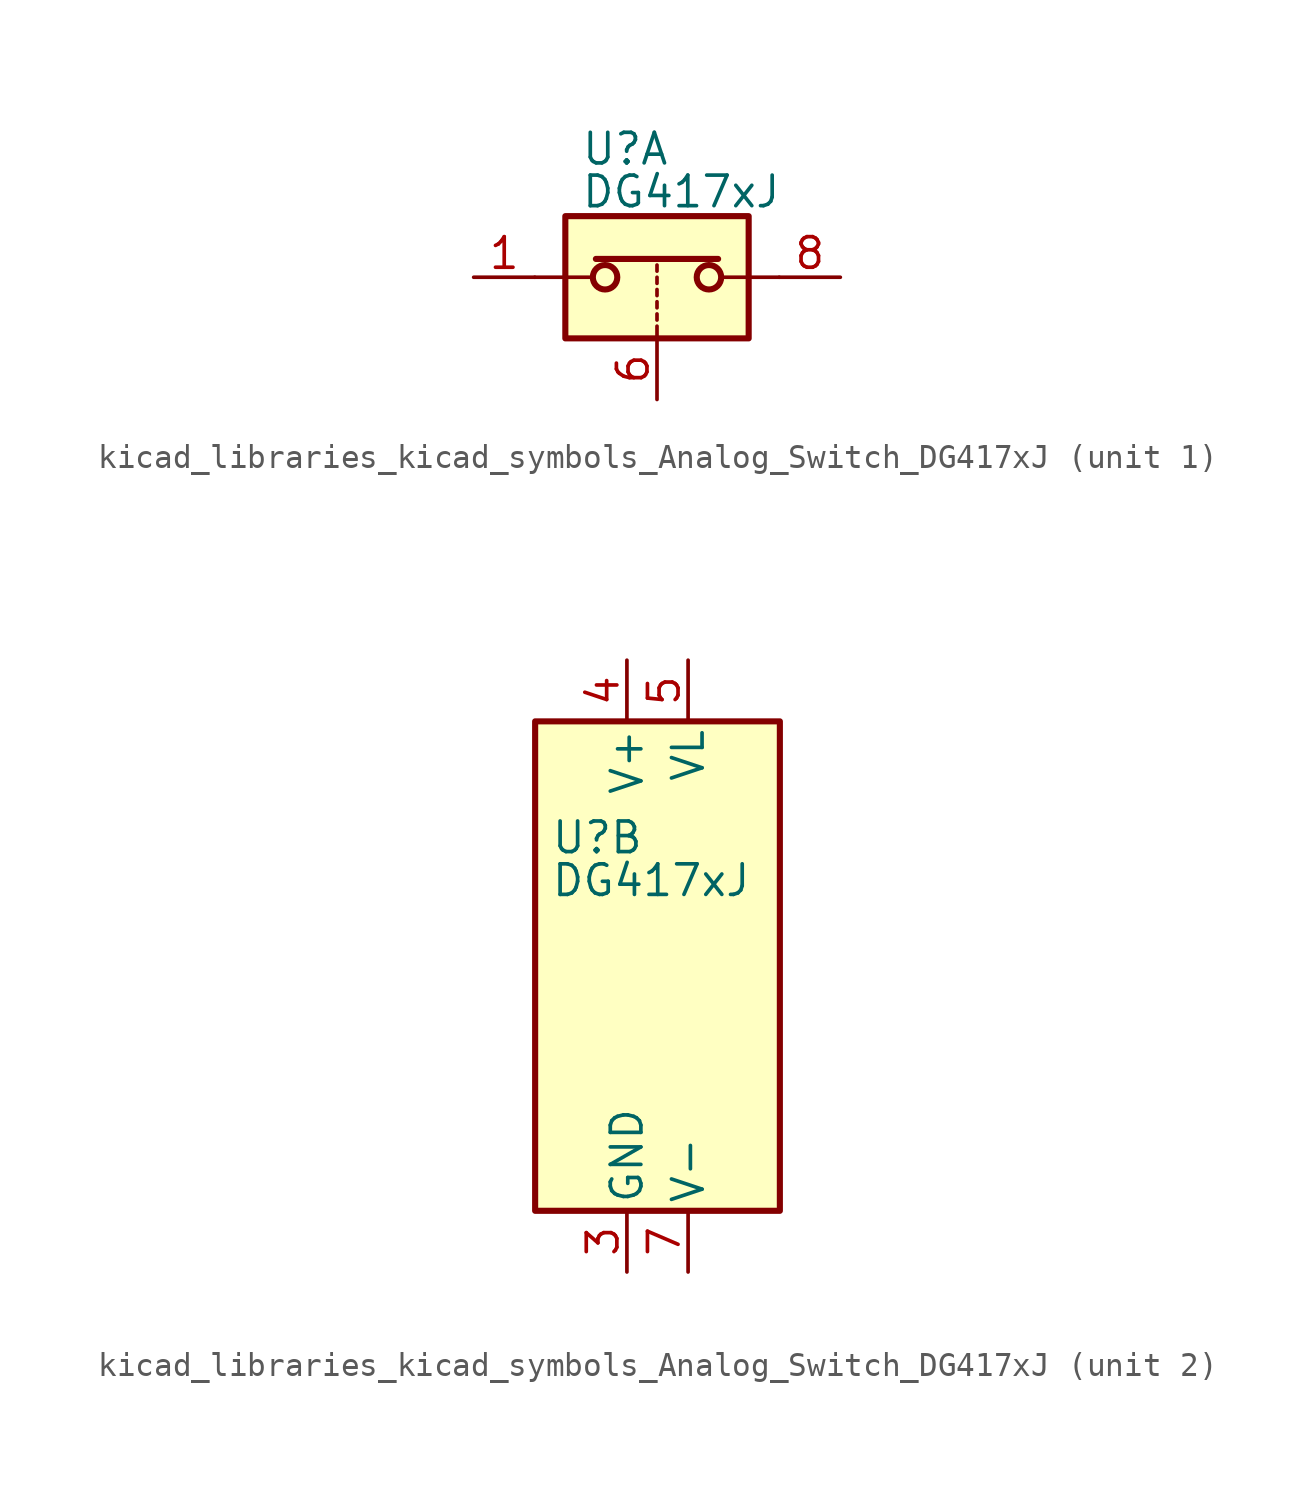
<source format=kicad_sym>
(kicad_symbol_lib
  (version 20220914)
  (generator kicad_symbol_editor)
  (symbol "kicad_libraries_kicad_symbols_Analog_Switch_DG417xJ"
    (pin_names
      (offset 0.254))
    (property "Reference" "U"
      (at -3.175 5.334 0)
      (effects (font (size 1.27 1.27)) (justify left)))
    (property "Value" "DG417xJ"
      (at -3.175 3.556 0)
      (effects (font (size 1.27 1.27)) (justify left)))
    (symbol "kicad_libraries_kicad_symbols_Analog_Switch_DG417xJ_1_1"
      (rectangle (start -3.81 2.54) (end 3.81 -2.54) (stroke (width 0.254) (type default)) (fill (type background)))
      (circle (center -2.159 0) (radius 0.508) (stroke (width 0.254) (type default)) (fill (type none)))
      (polyline (pts (xy -5.08 0) (xy -2.794 0)) (stroke (width 0) (type default)) (fill (type none)))
      (polyline (pts (xy -2.54 0.762) (xy 2.54 0.762)) (stroke (width 0.254) (type default)) (fill (type none)))
      (polyline (pts (xy 0 -2.54) (xy 0 -2.032)) (stroke (width 0) (type default)) (fill (type none)))
      (polyline (pts (xy 0 -1.778) (xy 0 -1.524)) (stroke (width 0) (type default)) (fill (type none)))
      (polyline (pts (xy 0 -1.27) (xy 0 -1.016)) (stroke (width 0) (type default)) (fill (type none)))
      (polyline (pts (xy 0 -0.762) (xy 0 -0.508)) (stroke (width 0) (type default)) (fill (type none)))
      (polyline (pts (xy 0 -0.254) (xy 0 0)) (stroke (width 0) (type default)) (fill (type none)))
      (polyline (pts (xy 0 0.254) (xy 0 0.508)) (stroke (width 0) (type default)) (fill (type none)))
      (polyline (pts (xy 5.08 0) (xy 2.794 0)) (stroke (width 0) (type default)) (fill (type none)))
      (circle (center 2.159 0) (radius 0.508) (stroke (width 0.254) (type default)) (fill (type none)))
      (pin passive line (at -7.62 0 0) (length 2.54) (name "~" (effects (font (size 1.27 1.27)))) (number "1" (effects (font (size 1.27 1.27)))))
      (pin input line (at 0 -5.08 90) (length 2.54) (name "~" (effects (font (size 1.27 1.27)))) (number "6" (effects (font (size 1.27 1.27)))))
      (pin passive line (at 7.62 0 180) (length 2.54) (name "~" (effects (font (size 1.27 1.27)))) (number "8" (effects (font (size 1.27 1.27))))))
    (symbol "kicad_libraries_kicad_symbols_Analog_Switch_DG417xJ_2_0"
      (pin no_connect line (at -2.54 10.16 270) (length 2.54) hide (name "NC" (effects (font (size 1.27 1.27)))) (number "2" (effects (font (size 1.27 1.27)))))
      (pin power_in line (at 0 -12.7 90) (length 2.54) (name "GND" (effects (font (size 1.27 1.27)))) (number "3" (effects (font (size 1.27 1.27)))))
      (pin power_in line (at 0 12.7 270) (length 2.54) (name "V+" (effects (font (size 1.27 1.27)))) (number "4" (effects (font (size 1.27 1.27)))))
      (pin power_in line (at 2.54 12.7 270) (length 2.54) (name "VL" (effects (font (size 1.27 1.27)))) (number "5" (effects (font (size 1.27 1.27)))))
      (pin power_in line (at 2.54 -12.7 90) (length 2.54) (name "V-" (effects (font (size 1.27 1.27)))) (number "7" (effects (font (size 1.27 1.27))))))
    (symbol "kicad_libraries_kicad_symbols_Analog_Switch_DG417xJ_2_1"
      (rectangle (start -3.81 10.16) (end 6.35 -10.16) (stroke (width 0.254) (type default)) (fill (type background))))))
</source>
